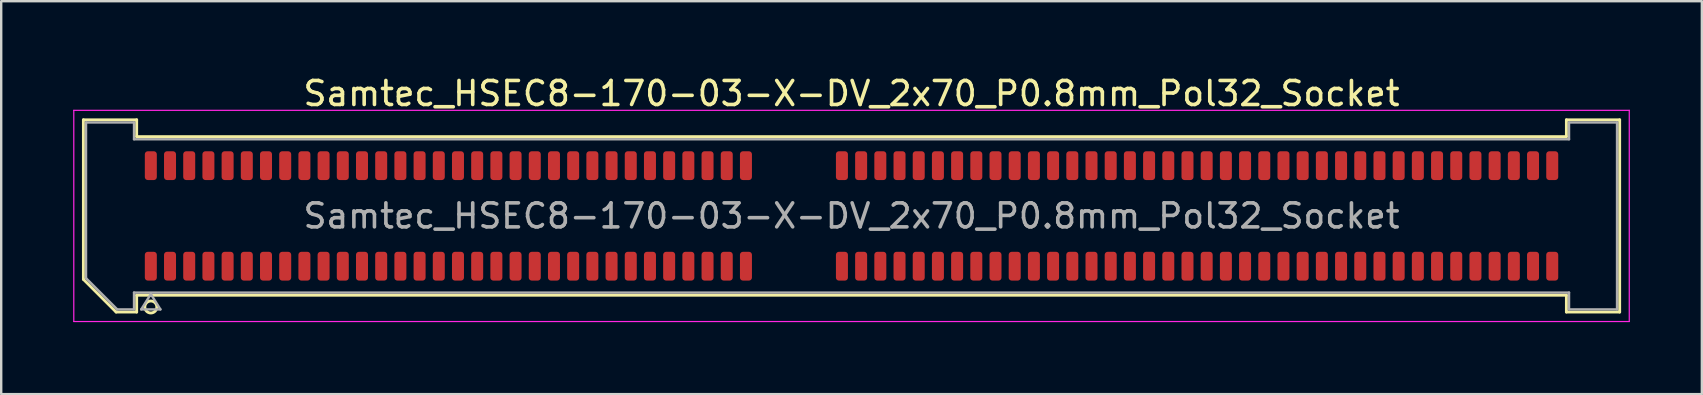
<source format=kicad_pcb>
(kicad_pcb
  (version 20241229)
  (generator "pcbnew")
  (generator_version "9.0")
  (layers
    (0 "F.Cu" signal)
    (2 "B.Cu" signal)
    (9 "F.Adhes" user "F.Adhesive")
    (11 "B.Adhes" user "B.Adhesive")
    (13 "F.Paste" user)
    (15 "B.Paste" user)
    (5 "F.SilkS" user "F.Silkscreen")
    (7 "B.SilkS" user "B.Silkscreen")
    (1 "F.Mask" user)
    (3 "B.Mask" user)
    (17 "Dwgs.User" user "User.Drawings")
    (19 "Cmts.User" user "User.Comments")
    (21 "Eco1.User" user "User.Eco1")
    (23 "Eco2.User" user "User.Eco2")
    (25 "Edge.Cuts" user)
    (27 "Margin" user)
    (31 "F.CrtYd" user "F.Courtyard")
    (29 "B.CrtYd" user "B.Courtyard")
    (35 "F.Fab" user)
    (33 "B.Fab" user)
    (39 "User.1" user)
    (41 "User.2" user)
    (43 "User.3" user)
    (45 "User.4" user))
  (footprint "Samtec_HSEC8-170-03-X-DV_2x70_P0.8mm_Pol32_Socket"
    (layer "F.Cu")
    (at 32.435 5.948)
    (property "Reference" "Samtec_HSEC8-170-03-X-DV_2x70_P0.8mm_Pol32_Socket" (at 0 -5.1 0) (layer "F.SilkS") (effects (font (size 1 1) (thickness 0.15))))
    (attr smd)
    (fp_line (start -32.01 -4.005) (end -29.79 -4.005) (stroke (width 0.12) (type solid)) (layer "F.SilkS"))
    (fp_line (start -32.01 2.641) (end -32.01 -4.005) (stroke (width 0.12) (type solid)) (layer "F.SilkS"))
    (fp_line (start -30.646 4.005) (end -32.01 2.641) (stroke (width 0.12) (type solid)) (layer "F.SilkS"))
    (fp_line (start -29.79 -4.005) (end -29.79 -3.305) (stroke (width 0.12) (type solid)) (layer "F.SilkS"))
    (fp_line (start -29.79 -3.305) (end 29.79 -3.305) (stroke (width 0.12) (type solid)) (layer "F.SilkS"))
    (fp_line (start -29.79 3.305) (end -29.79 4.005) (stroke (width 0.12) (type solid)) (layer "F.SilkS"))
    (fp_line (start -29.79 4.005) (end -30.646 4.005) (stroke (width 0.12) (type solid)) (layer "F.SilkS"))
    (fp_line (start 29.79 -4.005) (end 32.01 -4.005) (stroke (width 0.12) (type solid)) (layer "F.SilkS"))
    (fp_line (start 29.79 -3.305) (end 29.79 -4.005) (stroke (width 0.12) (type solid)) (layer "F.SilkS"))
    (fp_line (start 29.79 3.305) (end -29.79 3.305) (stroke (width 0.12) (type solid)) (layer "F.SilkS"))
    (fp_line (start 29.79 4.005) (end 29.79 3.305) (stroke (width 0.12) (type solid)) (layer "F.SilkS"))
    (fp_line (start 32.01 -4.005) (end 32.01 4.005) (stroke (width 0.12) (type solid)) (layer "F.SilkS"))
    (fp_line (start 32.01 4.005) (end 29.79 4.005) (stroke (width 0.12) (type solid)) (layer "F.SilkS"))
    (fp_circle (center -29.2 3.795) (end -28.95 3.795) (stroke (width 0.12) (type solid)) (fill no) (layer "F.SilkS"))
    (fp_line (start -32.41 -4.4) (end -32.41 4.4) (stroke (width 0.05) (type solid)) (layer "F.CrtYd"))
    (fp_line (start -32.41 4.4) (end 32.41 4.4) (stroke (width 0.05) (type solid)) (layer "F.CrtYd"))
    (fp_line (start 32.41 -4.4) (end -32.41 -4.4) (stroke (width 0.05) (type solid)) (layer "F.CrtYd"))
    (fp_line (start 32.41 4.4) (end 32.41 -4.4) (stroke (width 0.05) (type solid)) (layer "F.CrtYd"))
    (fp_line (start -31.9 -3.895) (end -29.9 -3.895) (stroke (width 0.1) (type solid)) (layer "F.Fab"))
    (fp_line (start -31.9 2.595) (end -31.9 -3.895) (stroke (width 0.1) (type solid)) (layer "F.Fab"))
    (fp_line (start -30.6 3.895) (end -31.9 2.595) (stroke (width 0.1) (type solid)) (layer "F.Fab"))
    (fp_line (start -29.9 -3.895) (end -29.9 -3.195) (stroke (width 0.1) (type solid)) (layer "F.Fab"))
    (fp_line (start -29.9 -3.195) (end 29.9 -3.195) (stroke (width 0.1) (type solid)) (layer "F.Fab"))
    (fp_line (start -29.9 3.195) (end -29.9 3.895) (stroke (width 0.1) (type solid)) (layer "F.Fab"))
    (fp_line (start -29.9 3.895) (end -30.6 3.895) (stroke (width 0.1) (type solid)) (layer "F.Fab"))
    (fp_line (start -29.6 3.895) (end -29.2 3.255) (stroke (width 0.1) (type solid)) (layer "F.Fab"))
    (fp_line (start -29.2 3.255) (end -28.8 3.895) (stroke (width 0.1) (type solid)) (layer "F.Fab"))
    (fp_line (start -28.8 3.895) (end -29.6 3.895) (stroke (width 0.1) (type solid)) (layer "F.Fab"))
    (fp_line (start 29.9 -3.895) (end 31.9 -3.895) (stroke (width 0.1) (type solid)) (layer "F.Fab"))
    (fp_line (start 29.9 -3.195) (end 29.9 -3.895) (stroke (width 0.1) (type solid)) (layer "F.Fab"))
    (fp_line (start 29.9 3.195) (end -29.9 3.195) (stroke (width 0.1) (type solid)) (layer "F.Fab"))
    (fp_line (start 29.9 3.895) (end 29.9 3.195) (stroke (width 0.1) (type solid)) (layer "F.Fab"))
    (fp_line (start 31.9 -3.895) (end 31.9 3.895) (stroke (width 0.1) (type solid)) (layer "F.Fab"))
    (fp_line (start 31.9 3.895) (end 29.9 3.895) (stroke (width 0.1) (type solid)) (layer "F.Fab"))
    (fp_text user "${REFERENCE}" (at 0 0 0) (layer "F.Fab") (effects (font (size 1 1) (thickness 0.15))))
    (pad "1" smd roundrect (at -29.2 2.095) (size 0.5 1.2) (layers "F.Cu" "F.Mask" "F.Paste") (roundrect_rratio 0.25))
    (pad "2" smd roundrect (at -29.2 -2.095) (size 0.5 1.2) (layers "F.Cu" "F.Mask" "F.Paste") (roundrect_rratio 0.25))
    (pad "3" smd roundrect (at -28.4 2.095) (size 0.5 1.2) (layers "F.Cu" "F.Mask" "F.Paste") (roundrect_rratio 0.25))
    (pad "4" smd roundrect (at -28.4 -2.095) (size 0.5 1.2) (layers "F.Cu" "F.Mask" "F.Paste") (roundrect_rratio 0.25))
    (pad "5" smd roundrect (at -27.6 2.095) (size 0.5 1.2) (layers "F.Cu" "F.Mask" "F.Paste") (roundrect_rratio 0.25))
    (pad "6" smd roundrect (at -27.6 -2.095) (size 0.5 1.2) (layers "F.Cu" "F.Mask" "F.Paste") (roundrect_rratio 0.25))
    (pad "7" smd roundrect (at -26.8 2.095) (size 0.5 1.2) (layers "F.Cu" "F.Mask" "F.Paste") (roundrect_rratio 0.25))
    (pad "8" smd roundrect (at -26.8 -2.095) (size 0.5 1.2) (layers "F.Cu" "F.Mask" "F.Paste") (roundrect_rratio 0.25))
    (pad "9" smd roundrect (at -26 2.095) (size 0.5 1.2) (layers "F.Cu" "F.Mask" "F.Paste") (roundrect_rratio 0.25))
    (pad "10" smd roundrect (at -26 -2.095) (size 0.5 1.2) (layers "F.Cu" "F.Mask" "F.Paste") (roundrect_rratio 0.25))
    (pad "11" smd roundrect (at -25.2 2.095) (size 0.5 1.2) (layers "F.Cu" "F.Mask" "F.Paste") (roundrect_rratio 0.25))
    (pad "12" smd roundrect (at -25.2 -2.095) (size 0.5 1.2) (layers "F.Cu" "F.Mask" "F.Paste") (roundrect_rratio 0.25))
    (pad "13" smd roundrect (at -24.4 2.095) (size 0.5 1.2) (layers "F.Cu" "F.Mask" "F.Paste") (roundrect_rratio 0.25))
    (pad "14" smd roundrect (at -24.4 -2.095) (size 0.5 1.2) (layers "F.Cu" "F.Mask" "F.Paste") (roundrect_rratio 0.25))
    (pad "15" smd roundrect (at -23.6 2.095) (size 0.5 1.2) (layers "F.Cu" "F.Mask" "F.Paste") (roundrect_rratio 0.25))
    (pad "16" smd roundrect (at -23.6 -2.095) (size 0.5 1.2) (layers "F.Cu" "F.Mask" "F.Paste") (roundrect_rratio 0.25))
    (pad "17" smd roundrect (at -22.8 2.095) (size 0.5 1.2) (layers "F.Cu" "F.Mask" "F.Paste") (roundrect_rratio 0.25))
    (pad "18" smd roundrect (at -22.8 -2.095) (size 0.5 1.2) (layers "F.Cu" "F.Mask" "F.Paste") (roundrect_rratio 0.25))
    (pad "19" smd roundrect (at -22 2.095) (size 0.5 1.2) (layers "F.Cu" "F.Mask" "F.Paste") (roundrect_rratio 0.25))
    (pad "20" smd roundrect (at -22 -2.095) (size 0.5 1.2) (layers "F.Cu" "F.Mask" "F.Paste") (roundrect_rratio 0.25))
    (pad "21" smd roundrect (at -21.2 2.095) (size 0.5 1.2) (layers "F.Cu" "F.Mask" "F.Paste") (roundrect_rratio 0.25))
    (pad "22" smd roundrect (at -21.2 -2.095) (size 0.5 1.2) (layers "F.Cu" "F.Mask" "F.Paste") (roundrect_rratio 0.25))
    (pad "23" smd roundrect (at -20.4 2.095) (size 0.5 1.2) (layers "F.Cu" "F.Mask" "F.Paste") (roundrect_rratio 0.25))
    (pad "24" smd roundrect (at -20.4 -2.095) (size 0.5 1.2) (layers "F.Cu" "F.Mask" "F.Paste") (roundrect_rratio 0.25))
    (pad "25" smd roundrect (at -19.6 2.095) (size 0.5 1.2) (layers "F.Cu" "F.Mask" "F.Paste") (roundrect_rratio 0.25))
    (pad "26" smd roundrect (at -19.6 -2.095) (size 0.5 1.2) (layers "F.Cu" "F.Mask" "F.Paste") (roundrect_rratio 0.25))
    (pad "27" smd roundrect (at -18.8 2.095) (size 0.5 1.2) (layers "F.Cu" "F.Mask" "F.Paste") (roundrect_rratio 0.25))
    (pad "28" smd roundrect (at -18.8 -2.095) (size 0.5 1.2) (layers "F.Cu" "F.Mask" "F.Paste") (roundrect_rratio 0.25))
    (pad "29" smd roundrect (at -18 2.095) (size 0.5 1.2) (layers "F.Cu" "F.Mask" "F.Paste") (roundrect_rratio 0.25))
    (pad "30" smd roundrect (at -18 -2.095) (size 0.5 1.2) (layers "F.Cu" "F.Mask" "F.Paste") (roundrect_rratio 0.25))
    (pad "31" smd roundrect (at -17.2 2.095) (size 0.5 1.2) (layers "F.Cu" "F.Mask" "F.Paste") (roundrect_rratio 0.25))
    (pad "32" smd roundrect (at -17.2 -2.095) (size 0.5 1.2) (layers "F.Cu" "F.Mask" "F.Paste") (roundrect_rratio 0.25))
    (pad "33" smd roundrect (at -16.4 2.095) (size 0.5 1.2) (layers "F.Cu" "F.Mask" "F.Paste") (roundrect_rratio 0.25))
    (pad "34" smd roundrect (at -16.4 -2.095) (size 0.5 1.2) (layers "F.Cu" "F.Mask" "F.Paste") (roundrect_rratio 0.25))
    (pad "35" smd roundrect (at -15.6 2.095) (size 0.5 1.2) (layers "F.Cu" "F.Mask" "F.Paste") (roundrect_rratio 0.25))
    (pad "36" smd roundrect (at -15.6 -2.095) (size 0.5 1.2) (layers "F.Cu" "F.Mask" "F.Paste") (roundrect_rratio 0.25))
    (pad "37" smd roundrect (at -14.8 2.095) (size 0.5 1.2) (layers "F.Cu" "F.Mask" "F.Paste") (roundrect_rratio 0.25))
    (pad "38" smd roundrect (at -14.8 -2.095) (size 0.5 1.2) (layers "F.Cu" "F.Mask" "F.Paste") (roundrect_rratio 0.25))
    (pad "39" smd roundrect (at -14 2.095) (size 0.5 1.2) (layers "F.Cu" "F.Mask" "F.Paste") (roundrect_rratio 0.25))
    (pad "40" smd roundrect (at -14 -2.095) (size 0.5 1.2) (layers "F.Cu" "F.Mask" "F.Paste") (roundrect_rratio 0.25))
    (pad "41" smd roundrect (at -13.2 2.095) (size 0.5 1.2) (layers "F.Cu" "F.Mask" "F.Paste") (roundrect_rratio 0.25))
    (pad "42" smd roundrect (at -13.2 -2.095) (size 0.5 1.2) (layers "F.Cu" "F.Mask" "F.Paste") (roundrect_rratio 0.25))
    (pad "43" smd roundrect (at -12.4 2.095) (size 0.5 1.2) (layers "F.Cu" "F.Mask" "F.Paste") (roundrect_rratio 0.25))
    (pad "44" smd roundrect (at -12.4 -2.095) (size 0.5 1.2) (layers "F.Cu" "F.Mask" "F.Paste") (roundrect_rratio 0.25))
    (pad "45" smd roundrect (at -11.6 2.095) (size 0.5 1.2) (layers "F.Cu" "F.Mask" "F.Paste") (roundrect_rratio 0.25))
    (pad "46" smd roundrect (at -11.6 -2.095) (size 0.5 1.2) (layers "F.Cu" "F.Mask" "F.Paste") (roundrect_rratio 0.25))
    (pad "47" smd roundrect (at -10.8 2.095) (size 0.5 1.2) (layers "F.Cu" "F.Mask" "F.Paste") (roundrect_rratio 0.25))
    (pad "48" smd roundrect (at -10.8 -2.095) (size 0.5 1.2) (layers "F.Cu" "F.Mask" "F.Paste") (roundrect_rratio 0.25))
    (pad "49" smd roundrect (at -10 2.095) (size 0.5 1.2) (layers "F.Cu" "F.Mask" "F.Paste") (roundrect_rratio 0.25))
    (pad "50" smd roundrect (at -10 -2.095) (size 0.5 1.2) (layers "F.Cu" "F.Mask" "F.Paste") (roundrect_rratio 0.25))
    (pad "51" smd roundrect (at -9.2 2.095) (size 0.5 1.2) (layers "F.Cu" "F.Mask" "F.Paste") (roundrect_rratio 0.25))
    (pad "52" smd roundrect (at -9.2 -2.095) (size 0.5 1.2) (layers "F.Cu" "F.Mask" "F.Paste") (roundrect_rratio 0.25))
    (pad "53" smd roundrect (at -8.4 2.095) (size 0.5 1.2) (layers "F.Cu" "F.Mask" "F.Paste") (roundrect_rratio 0.25))
    (pad "54" smd roundrect (at -8.4 -2.095) (size 0.5 1.2) (layers "F.Cu" "F.Mask" "F.Paste") (roundrect_rratio 0.25))
    (pad "55" smd roundrect (at -7.6 2.095) (size 0.5 1.2) (layers "F.Cu" "F.Mask" "F.Paste") (roundrect_rratio 0.25))
    (pad "56" smd roundrect (at -7.6 -2.095) (size 0.5 1.2) (layers "F.Cu" "F.Mask" "F.Paste") (roundrect_rratio 0.25))
    (pad "57" smd roundrect (at -6.8 2.095) (size 0.5 1.2) (layers "F.Cu" "F.Mask" "F.Paste") (roundrect_rratio 0.25))
    (pad "58" smd roundrect (at -6.8 -2.095) (size 0.5 1.2) (layers "F.Cu" "F.Mask" "F.Paste") (roundrect_rratio 0.25))
    (pad "59" smd roundrect (at -6 2.095) (size 0.5 1.2) (layers "F.Cu" "F.Mask" "F.Paste") (roundrect_rratio 0.25))
    (pad "60" smd roundrect (at -6 -2.095) (size 0.5 1.2) (layers "F.Cu" "F.Mask" "F.Paste") (roundrect_rratio 0.25))
    (pad "61" smd roundrect (at -5.2 2.095) (size 0.5 1.2) (layers "F.Cu" "F.Mask" "F.Paste") (roundrect_rratio 0.25))
    (pad "62" smd roundrect (at -5.2 -2.095) (size 0.5 1.2) (layers "F.Cu" "F.Mask" "F.Paste") (roundrect_rratio 0.25))
    (pad "63" smd roundrect (at -4.4 2.095) (size 0.5 1.2) (layers "F.Cu" "F.Mask" "F.Paste") (roundrect_rratio 0.25))
    (pad "64" smd roundrect (at -4.4 -2.095) (size 0.5 1.2) (layers "F.Cu" "F.Mask" "F.Paste") (roundrect_rratio 0.25))
    (pad "65" smd roundrect (at -0.4 2.095) (size 0.5 1.2) (layers "F.Cu" "F.Mask" "F.Paste") (roundrect_rratio 0.25))
    (pad "66" smd roundrect (at -0.4 -2.095) (size 0.5 1.2) (layers "F.Cu" "F.Mask" "F.Paste") (roundrect_rratio 0.25))
    (pad "67" smd roundrect (at 0.4 2.095) (size 0.5 1.2) (layers "F.Cu" "F.Mask" "F.Paste") (roundrect_rratio 0.25))
    (pad "68" smd roundrect (at 0.4 -2.095) (size 0.5 1.2) (layers "F.Cu" "F.Mask" "F.Paste") (roundrect_rratio 0.25))
    (pad "69" smd roundrect (at 1.2 2.095) (size 0.5 1.2) (layers "F.Cu" "F.Mask" "F.Paste") (roundrect_rratio 0.25))
    (pad "70" smd roundrect (at 1.2 -2.095) (size 0.5 1.2) (layers "F.Cu" "F.Mask" "F.Paste") (roundrect_rratio 0.25))
    (pad "71" smd roundrect (at 2 2.095) (size 0.5 1.2) (layers "F.Cu" "F.Mask" "F.Paste") (roundrect_rratio 0.25))
    (pad "72" smd roundrect (at 2 -2.095) (size 0.5 1.2) (layers "F.Cu" "F.Mask" "F.Paste") (roundrect_rratio 0.25))
    (pad "73" smd roundrect (at 2.8 2.095) (size 0.5 1.2) (layers "F.Cu" "F.Mask" "F.Paste") (roundrect_rratio 0.25))
    (pad "74" smd roundrect (at 2.8 -2.095) (size 0.5 1.2) (layers "F.Cu" "F.Mask" "F.Paste") (roundrect_rratio 0.25))
    (pad "75" smd roundrect (at 3.6 2.095) (size 0.5 1.2) (layers "F.Cu" "F.Mask" "F.Paste") (roundrect_rratio 0.25))
    (pad "76" smd roundrect (at 3.6 -2.095) (size 0.5 1.2) (layers "F.Cu" "F.Mask" "F.Paste") (roundrect_rratio 0.25))
    (pad "77" smd roundrect (at 4.4 2.095) (size 0.5 1.2) (layers "F.Cu" "F.Mask" "F.Paste") (roundrect_rratio 0.25))
    (pad "78" smd roundrect (at 4.4 -2.095) (size 0.5 1.2) (layers "F.Cu" "F.Mask" "F.Paste") (roundrect_rratio 0.25))
    (pad "79" smd roundrect (at 5.2 2.095) (size 0.5 1.2) (layers "F.Cu" "F.Mask" "F.Paste") (roundrect_rratio 0.25))
    (pad "80" smd roundrect (at 5.2 -2.095) (size 0.5 1.2) (layers "F.Cu" "F.Mask" "F.Paste") (roundrect_rratio 0.25))
    (pad "81" smd roundrect (at 6 2.095) (size 0.5 1.2) (layers "F.Cu" "F.Mask" "F.Paste") (roundrect_rratio 0.25))
    (pad "82" smd roundrect (at 6 -2.095) (size 0.5 1.2) (layers "F.Cu" "F.Mask" "F.Paste") (roundrect_rratio 0.25))
    (pad "83" smd roundrect (at 6.8 2.095) (size 0.5 1.2) (layers "F.Cu" "F.Mask" "F.Paste") (roundrect_rratio 0.25))
    (pad "84" smd roundrect (at 6.8 -2.095) (size 0.5 1.2) (layers "F.Cu" "F.Mask" "F.Paste") (roundrect_rratio 0.25))
    (pad "85" smd roundrect (at 7.6 2.095) (size 0.5 1.2) (layers "F.Cu" "F.Mask" "F.Paste") (roundrect_rratio 0.25))
    (pad "86" smd roundrect (at 7.6 -2.095) (size 0.5 1.2) (layers "F.Cu" "F.Mask" "F.Paste") (roundrect_rratio 0.25))
    (pad "87" smd roundrect (at 8.4 2.095) (size 0.5 1.2) (layers "F.Cu" "F.Mask" "F.Paste") (roundrect_rratio 0.25))
    (pad "88" smd roundrect (at 8.4 -2.095) (size 0.5 1.2) (layers "F.Cu" "F.Mask" "F.Paste") (roundrect_rratio 0.25))
    (pad "89" smd roundrect (at 9.2 2.095) (size 0.5 1.2) (layers "F.Cu" "F.Mask" "F.Paste") (roundrect_rratio 0.25))
    (pad "90" smd roundrect (at 9.2 -2.095) (size 0.5 1.2) (layers "F.Cu" "F.Mask" "F.Paste") (roundrect_rratio 0.25))
    (pad "91" smd roundrect (at 10 2.095) (size 0.5 1.2) (layers "F.Cu" "F.Mask" "F.Paste") (roundrect_rratio 0.25))
    (pad "92" smd roundrect (at 10 -2.095) (size 0.5 1.2) (layers "F.Cu" "F.Mask" "F.Paste") (roundrect_rratio 0.25))
    (pad "93" smd roundrect (at 10.8 2.095) (size 0.5 1.2) (layers "F.Cu" "F.Mask" "F.Paste") (roundrect_rratio 0.25))
    (pad "94" smd roundrect (at 10.8 -2.095) (size 0.5 1.2) (layers "F.Cu" "F.Mask" "F.Paste") (roundrect_rratio 0.25))
    (pad "95" smd roundrect (at 11.6 2.095) (size 0.5 1.2) (layers "F.Cu" "F.Mask" "F.Paste") (roundrect_rratio 0.25))
    (pad "96" smd roundrect (at 11.6 -2.095) (size 0.5 1.2) (layers "F.Cu" "F.Mask" "F.Paste") (roundrect_rratio 0.25))
    (pad "97" smd roundrect (at 12.4 2.095) (size 0.5 1.2) (layers "F.Cu" "F.Mask" "F.Paste") (roundrect_rratio 0.25))
    (pad "98" smd roundrect (at 12.4 -2.095) (size 0.5 1.2) (layers "F.Cu" "F.Mask" "F.Paste") (roundrect_rratio 0.25))
    (pad "99" smd roundrect (at 13.2 2.095) (size 0.5 1.2) (layers "F.Cu" "F.Mask" "F.Paste") (roundrect_rratio 0.25))
    (pad "100" smd roundrect (at 13.2 -2.095) (size 0.5 1.2) (layers "F.Cu" "F.Mask" "F.Paste") (roundrect_rratio 0.25))
    (pad "101" smd roundrect (at 14 2.095) (size 0.5 1.2) (layers "F.Cu" "F.Mask" "F.Paste") (roundrect_rratio 0.25))
    (pad "102" smd roundrect (at 14 -2.095) (size 0.5 1.2) (layers "F.Cu" "F.Mask" "F.Paste") (roundrect_rratio 0.25))
    (pad "103" smd roundrect (at 14.8 2.095) (size 0.5 1.2) (layers "F.Cu" "F.Mask" "F.Paste") (roundrect_rratio 0.25))
    (pad "104" smd roundrect (at 14.8 -2.095) (size 0.5 1.2) (layers "F.Cu" "F.Mask" "F.Paste") (roundrect_rratio 0.25))
    (pad "105" smd roundrect (at 15.6 2.095) (size 0.5 1.2) (layers "F.Cu" "F.Mask" "F.Paste") (roundrect_rratio 0.25))
    (pad "106" smd roundrect (at 15.6 -2.095) (size 0.5 1.2) (layers "F.Cu" "F.Mask" "F.Paste") (roundrect_rratio 0.25))
    (pad "107" smd roundrect (at 16.4 2.095) (size 0.5 1.2) (layers "F.Cu" "F.Mask" "F.Paste") (roundrect_rratio 0.25))
    (pad "108" smd roundrect (at 16.4 -2.095) (size 0.5 1.2) (layers "F.Cu" "F.Mask" "F.Paste") (roundrect_rratio 0.25))
    (pad "109" smd roundrect (at 17.2 2.095) (size 0.5 1.2) (layers "F.Cu" "F.Mask" "F.Paste") (roundrect_rratio 0.25))
    (pad "110" smd roundrect (at 17.2 -2.095) (size 0.5 1.2) (layers "F.Cu" "F.Mask" "F.Paste") (roundrect_rratio 0.25))
    (pad "111" smd roundrect (at 18 2.095) (size 0.5 1.2) (layers "F.Cu" "F.Mask" "F.Paste") (roundrect_rratio 0.25))
    (pad "112" smd roundrect (at 18 -2.095) (size 0.5 1.2) (layers "F.Cu" "F.Mask" "F.Paste") (roundrect_rratio 0.25))
    (pad "113" smd roundrect (at 18.8 2.095) (size 0.5 1.2) (layers "F.Cu" "F.Mask" "F.Paste") (roundrect_rratio 0.25))
    (pad "114" smd roundrect (at 18.8 -2.095) (size 0.5 1.2) (layers "F.Cu" "F.Mask" "F.Paste") (roundrect_rratio 0.25))
    (pad "115" smd roundrect (at 19.6 2.095) (size 0.5 1.2) (layers "F.Cu" "F.Mask" "F.Paste") (roundrect_rratio 0.25))
    (pad "116" smd roundrect (at 19.6 -2.095) (size 0.5 1.2) (layers "F.Cu" "F.Mask" "F.Paste") (roundrect_rratio 0.25))
    (pad "117" smd roundrect (at 20.4 2.095) (size 0.5 1.2) (layers "F.Cu" "F.Mask" "F.Paste") (roundrect_rratio 0.25))
    (pad "118" smd roundrect (at 20.4 -2.095) (size 0.5 1.2) (layers "F.Cu" "F.Mask" "F.Paste") (roundrect_rratio 0.25))
    (pad "119" smd roundrect (at 21.2 2.095) (size 0.5 1.2) (layers "F.Cu" "F.Mask" "F.Paste") (roundrect_rratio 0.25))
    (pad "120" smd roundrect (at 21.2 -2.095) (size 0.5 1.2) (layers "F.Cu" "F.Mask" "F.Paste") (roundrect_rratio 0.25))
    (pad "121" smd roundrect (at 22 2.095) (size 0.5 1.2) (layers "F.Cu" "F.Mask" "F.Paste") (roundrect_rratio 0.25))
    (pad "122" smd roundrect (at 22 -2.095) (size 0.5 1.2) (layers "F.Cu" "F.Mask" "F.Paste") (roundrect_rratio 0.25))
    (pad "123" smd roundrect (at 22.8 2.095) (size 0.5 1.2) (layers "F.Cu" "F.Mask" "F.Paste") (roundrect_rratio 0.25))
    (pad "124" smd roundrect (at 22.8 -2.095) (size 0.5 1.2) (layers "F.Cu" "F.Mask" "F.Paste") (roundrect_rratio 0.25))
    (pad "125" smd roundrect (at 23.6 2.095) (size 0.5 1.2) (layers "F.Cu" "F.Mask" "F.Paste") (roundrect_rratio 0.25))
    (pad "126" smd roundrect (at 23.6 -2.095) (size 0.5 1.2) (layers "F.Cu" "F.Mask" "F.Paste") (roundrect_rratio 0.25))
    (pad "127" smd roundrect (at 24.4 2.095) (size 0.5 1.2) (layers "F.Cu" "F.Mask" "F.Paste") (roundrect_rratio 0.25))
    (pad "128" smd roundrect (at 24.4 -2.095) (size 0.5 1.2) (layers "F.Cu" "F.Mask" "F.Paste") (roundrect_rratio 0.25))
    (pad "129" smd roundrect (at 25.2 2.095) (size 0.5 1.2) (layers "F.Cu" "F.Mask" "F.Paste") (roundrect_rratio 0.25))
    (pad "130" smd roundrect (at 25.2 -2.095) (size 0.5 1.2) (layers "F.Cu" "F.Mask" "F.Paste") (roundrect_rratio 0.25))
    (pad "131" smd roundrect (at 26 2.095) (size 0.5 1.2) (layers "F.Cu" "F.Mask" "F.Paste") (roundrect_rratio 0.25))
    (pad "132" smd roundrect (at 26 -2.095) (size 0.5 1.2) (layers "F.Cu" "F.Mask" "F.Paste") (roundrect_rratio 0.25))
    (pad "133" smd roundrect (at 26.8 2.095) (size 0.5 1.2) (layers "F.Cu" "F.Mask" "F.Paste") (roundrect_rratio 0.25))
    (pad "134" smd roundrect (at 26.8 -2.095) (size 0.5 1.2) (layers "F.Cu" "F.Mask" "F.Paste") (roundrect_rratio 0.25))
    (pad "135" smd roundrect (at 27.6 2.095) (size 0.5 1.2) (layers "F.Cu" "F.Mask" "F.Paste") (roundrect_rratio 0.25))
    (pad "136" smd roundrect (at 27.6 -2.095) (size 0.5 1.2) (layers "F.Cu" "F.Mask" "F.Paste") (roundrect_rratio 0.25))
    (pad "137" smd roundrect (at 28.4 2.095) (size 0.5 1.2) (layers "F.Cu" "F.Mask" "F.Paste") (roundrect_rratio 0.25))
    (pad "138" smd roundrect (at 28.4 -2.095) (size 0.5 1.2) (layers "F.Cu" "F.Mask" "F.Paste") (roundrect_rratio 0.25))
    (pad "139" smd roundrect (at 29.2 2.095) (size 0.5 1.2) (layers "F.Cu" "F.Mask" "F.Paste") (roundrect_rratio 0.25))
    (pad "140" smd roundrect (at 29.2 -2.095) (size 0.5 1.2) (layers "F.Cu" "F.Mask" "F.Paste") (roundrect_rratio 0.25)))
  (gr_rect
    (start -3 -3)
    (end 67.87 13.373)
    (stroke (width 0.1) (type default))
    (fill no)
    (layer "Edge.Cuts")))
</source>
